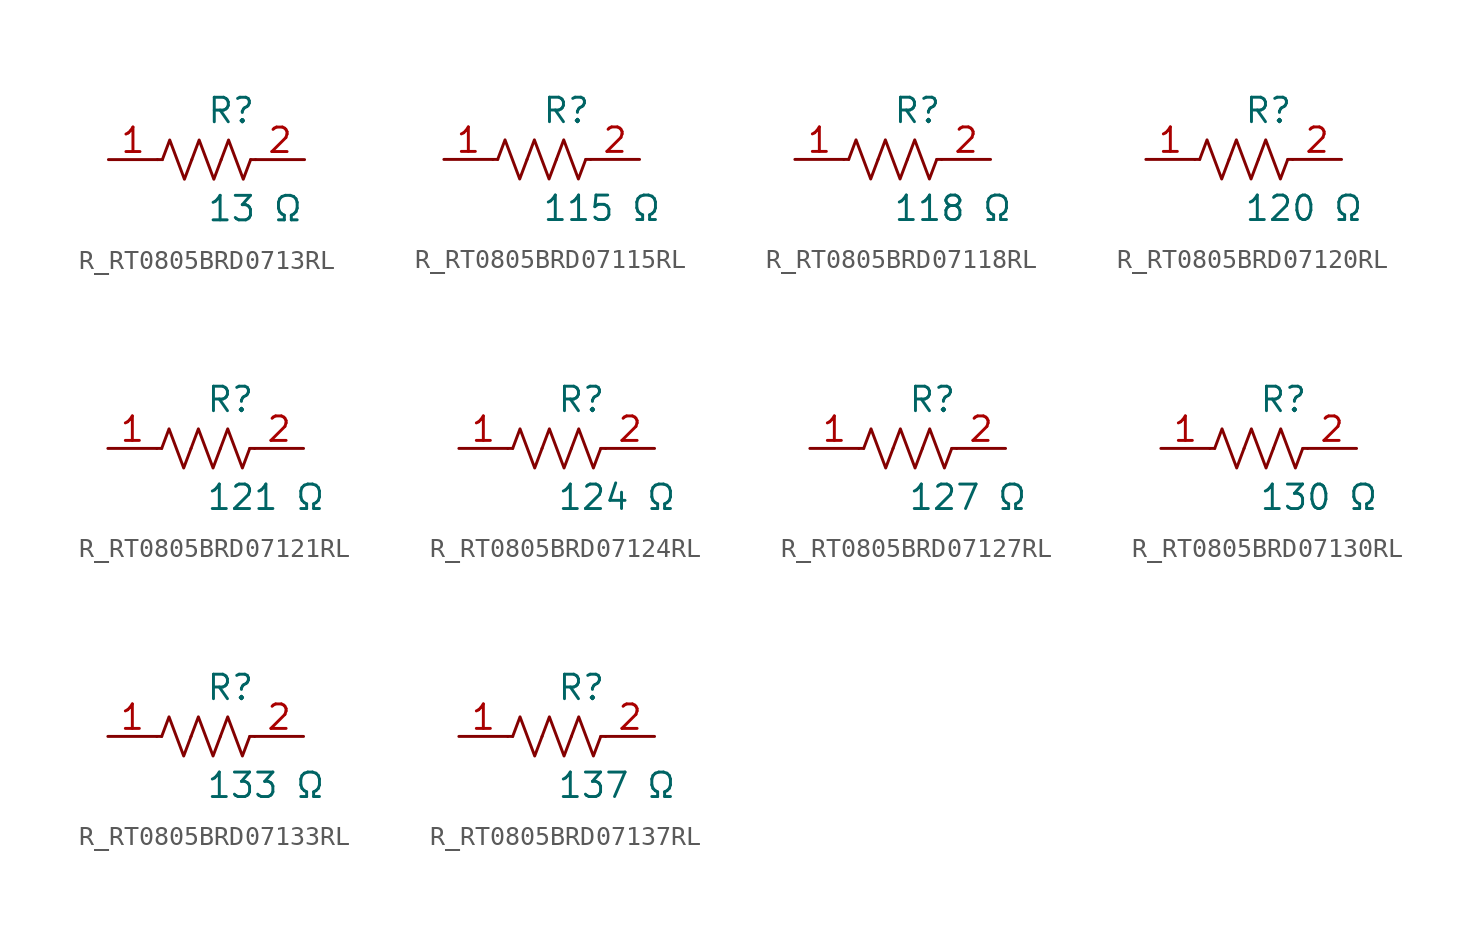
<source format=kicad_sym>
(kicad_symbol_lib
  (version 20231120)
  (generator kicad_symbol_editor)
  (generator_version 8.0)
  (symbol "R_RT0805BRD0713RL"
    (pin_names
      (offset 0.254))
    (property "Reference" "R"
      (at 0.0 2.54 0)
      (effects (font (size 1.27 1.27)) (justify left)))
    (property "Value" "13 Ω"
      (at 0.0 -2.54 0)
      (effects (font (size 1.27 1.27)) (justify left)))
    (symbol "R_RT0805BRD0713RL_0_1"
      (polyline (pts (xy 2.286 0) (xy 2.54 0)) (stroke (width 0) (type default)) (fill (type none)))
      (polyline (pts (xy -2.286 0) (xy -2.54 0)) (stroke (width 0) (type default)) (fill (type none)))
      (polyline (pts (xy 0.762 0) (xy 1.143 1.016) (xy 1.524 0) (xy 1.905 -1.016) (xy 2.286 0)) (stroke (width 0) (type default)) (fill (type none)))
      (polyline (pts (xy -0.762 0) (xy -0.381 1.016) (xy 0 0) (xy 0.381 -1.016) (xy 0.762 0)) (stroke (width 0) (type default)) (fill (type none)))
      (polyline (pts (xy -2.286 0) (xy -1.905 1.016) (xy -1.524 0) (xy -1.143 -1.016) (xy -0.762 0)) (stroke (width 0) (type default)) (fill (type none))))
    (pin unspecified line
      (at -5.08 0 0)
      (length 2.54)
      (name "" (effects (font (size 1.27 1.27))))
      (number "1" (effects (font (size 1.27 1.27)))))
    (pin unspecified line
      (at 5.08 0 180)
      (length 2.54)
      (name "" (effects (font (size 1.27 1.27))))
      (number "2" (effects (font (size 1.27 1.27))))))
  (symbol "R_RT0805BRD07115RL"
    (pin_names
      (offset 0.254))
    (property "Reference" "R"
      (at 0.0 2.54 0)
      (effects (font (size 1.27 1.27)) (justify left)))
    (property "Value" "115 Ω"
      (at 0.0 -2.54 0)
      (effects (font (size 1.27 1.27)) (justify left)))
    (symbol "R_RT0805BRD07115RL_0_1"
      (polyline (pts (xy 2.286 0) (xy 2.54 0)) (stroke (width 0) (type default)) (fill (type none)))
      (polyline (pts (xy -2.286 0) (xy -2.54 0)) (stroke (width 0) (type default)) (fill (type none)))
      (polyline (pts (xy 0.762 0) (xy 1.143 1.016) (xy 1.524 0) (xy 1.905 -1.016) (xy 2.286 0)) (stroke (width 0) (type default)) (fill (type none)))
      (polyline (pts (xy -0.762 0) (xy -0.381 1.016) (xy 0 0) (xy 0.381 -1.016) (xy 0.762 0)) (stroke (width 0) (type default)) (fill (type none)))
      (polyline (pts (xy -2.286 0) (xy -1.905 1.016) (xy -1.524 0) (xy -1.143 -1.016) (xy -0.762 0)) (stroke (width 0) (type default)) (fill (type none))))
    (pin unspecified line
      (at -5.08 0 0)
      (length 2.54)
      (name "" (effects (font (size 1.27 1.27))))
      (number "1" (effects (font (size 1.27 1.27)))))
    (pin unspecified line
      (at 5.08 0 180)
      (length 2.54)
      (name "" (effects (font (size 1.27 1.27))))
      (number "2" (effects (font (size 1.27 1.27))))))
  (symbol "R_RT0805BRD07118RL"
    (pin_names
      (offset 0.254))
    (property "Reference" "R"
      (at 0.0 2.54 0)
      (effects (font (size 1.27 1.27)) (justify left)))
    (property "Value" "118 Ω"
      (at 0.0 -2.54 0)
      (effects (font (size 1.27 1.27)) (justify left)))
    (symbol "R_RT0805BRD07118RL_0_1"
      (polyline (pts (xy 2.286 0) (xy 2.54 0)) (stroke (width 0) (type default)) (fill (type none)))
      (polyline (pts (xy -2.286 0) (xy -2.54 0)) (stroke (width 0) (type default)) (fill (type none)))
      (polyline (pts (xy 0.762 0) (xy 1.143 1.016) (xy 1.524 0) (xy 1.905 -1.016) (xy 2.286 0)) (stroke (width 0) (type default)) (fill (type none)))
      (polyline (pts (xy -0.762 0) (xy -0.381 1.016) (xy 0 0) (xy 0.381 -1.016) (xy 0.762 0)) (stroke (width 0) (type default)) (fill (type none)))
      (polyline (pts (xy -2.286 0) (xy -1.905 1.016) (xy -1.524 0) (xy -1.143 -1.016) (xy -0.762 0)) (stroke (width 0) (type default)) (fill (type none))))
    (pin unspecified line
      (at -5.08 0 0)
      (length 2.54)
      (name "" (effects (font (size 1.27 1.27))))
      (number "1" (effects (font (size 1.27 1.27)))))
    (pin unspecified line
      (at 5.08 0 180)
      (length 2.54)
      (name "" (effects (font (size 1.27 1.27))))
      (number "2" (effects (font (size 1.27 1.27))))))
  (symbol "R_RT0805BRD07120RL"
    (pin_names
      (offset 0.254))
    (property "Reference" "R"
      (at 0.0 2.54 0)
      (effects (font (size 1.27 1.27)) (justify left)))
    (property "Value" "120 Ω"
      (at 0.0 -2.54 0)
      (effects (font (size 1.27 1.27)) (justify left)))
    (symbol "R_RT0805BRD07120RL_0_1"
      (polyline (pts (xy 2.286 0) (xy 2.54 0)) (stroke (width 0) (type default)) (fill (type none)))
      (polyline (pts (xy -2.286 0) (xy -2.54 0)) (stroke (width 0) (type default)) (fill (type none)))
      (polyline (pts (xy 0.762 0) (xy 1.143 1.016) (xy 1.524 0) (xy 1.905 -1.016) (xy 2.286 0)) (stroke (width 0) (type default)) (fill (type none)))
      (polyline (pts (xy -0.762 0) (xy -0.381 1.016) (xy 0 0) (xy 0.381 -1.016) (xy 0.762 0)) (stroke (width 0) (type default)) (fill (type none)))
      (polyline (pts (xy -2.286 0) (xy -1.905 1.016) (xy -1.524 0) (xy -1.143 -1.016) (xy -0.762 0)) (stroke (width 0) (type default)) (fill (type none))))
    (pin unspecified line
      (at -5.08 0 0)
      (length 2.54)
      (name "" (effects (font (size 1.27 1.27))))
      (number "1" (effects (font (size 1.27 1.27)))))
    (pin unspecified line
      (at 5.08 0 180)
      (length 2.54)
      (name "" (effects (font (size 1.27 1.27))))
      (number "2" (effects (font (size 1.27 1.27))))))
  (symbol "R_RT0805BRD07121RL"
    (pin_names
      (offset 0.254))
    (property "Reference" "R"
      (at 0.0 2.54 0)
      (effects (font (size 1.27 1.27)) (justify left)))
    (property "Value" "121 Ω"
      (at 0.0 -2.54 0)
      (effects (font (size 1.27 1.27)) (justify left)))
    (symbol "R_RT0805BRD07121RL_0_1"
      (polyline (pts (xy 2.286 0) (xy 2.54 0)) (stroke (width 0) (type default)) (fill (type none)))
      (polyline (pts (xy -2.286 0) (xy -2.54 0)) (stroke (width 0) (type default)) (fill (type none)))
      (polyline (pts (xy 0.762 0) (xy 1.143 1.016) (xy 1.524 0) (xy 1.905 -1.016) (xy 2.286 0)) (stroke (width 0) (type default)) (fill (type none)))
      (polyline (pts (xy -0.762 0) (xy -0.381 1.016) (xy 0 0) (xy 0.381 -1.016) (xy 0.762 0)) (stroke (width 0) (type default)) (fill (type none)))
      (polyline (pts (xy -2.286 0) (xy -1.905 1.016) (xy -1.524 0) (xy -1.143 -1.016) (xy -0.762 0)) (stroke (width 0) (type default)) (fill (type none))))
    (pin unspecified line
      (at -5.08 0 0)
      (length 2.54)
      (name "" (effects (font (size 1.27 1.27))))
      (number "1" (effects (font (size 1.27 1.27)))))
    (pin unspecified line
      (at 5.08 0 180)
      (length 2.54)
      (name "" (effects (font (size 1.27 1.27))))
      (number "2" (effects (font (size 1.27 1.27))))))
  (symbol "R_RT0805BRD07124RL"
    (pin_names
      (offset 0.254))
    (property "Reference" "R"
      (at 0.0 2.54 0)
      (effects (font (size 1.27 1.27)) (justify left)))
    (property "Value" "124 Ω"
      (at 0.0 -2.54 0)
      (effects (font (size 1.27 1.27)) (justify left)))
    (symbol "R_RT0805BRD07124RL_0_1"
      (polyline (pts (xy 2.286 0) (xy 2.54 0)) (stroke (width 0) (type default)) (fill (type none)))
      (polyline (pts (xy -2.286 0) (xy -2.54 0)) (stroke (width 0) (type default)) (fill (type none)))
      (polyline (pts (xy 0.762 0) (xy 1.143 1.016) (xy 1.524 0) (xy 1.905 -1.016) (xy 2.286 0)) (stroke (width 0) (type default)) (fill (type none)))
      (polyline (pts (xy -0.762 0) (xy -0.381 1.016) (xy 0 0) (xy 0.381 -1.016) (xy 0.762 0)) (stroke (width 0) (type default)) (fill (type none)))
      (polyline (pts (xy -2.286 0) (xy -1.905 1.016) (xy -1.524 0) (xy -1.143 -1.016) (xy -0.762 0)) (stroke (width 0) (type default)) (fill (type none))))
    (pin unspecified line
      (at -5.08 0 0)
      (length 2.54)
      (name "" (effects (font (size 1.27 1.27))))
      (number "1" (effects (font (size 1.27 1.27)))))
    (pin unspecified line
      (at 5.08 0 180)
      (length 2.54)
      (name "" (effects (font (size 1.27 1.27))))
      (number "2" (effects (font (size 1.27 1.27))))))
  (symbol "R_RT0805BRD07127RL"
    (pin_names
      (offset 0.254))
    (property "Reference" "R"
      (at 0.0 2.54 0)
      (effects (font (size 1.27 1.27)) (justify left)))
    (property "Value" "127 Ω"
      (at 0.0 -2.54 0)
      (effects (font (size 1.27 1.27)) (justify left)))
    (symbol "R_RT0805BRD07127RL_0_1"
      (polyline (pts (xy 2.286 0) (xy 2.54 0)) (stroke (width 0) (type default)) (fill (type none)))
      (polyline (pts (xy -2.286 0) (xy -2.54 0)) (stroke (width 0) (type default)) (fill (type none)))
      (polyline (pts (xy 0.762 0) (xy 1.143 1.016) (xy 1.524 0) (xy 1.905 -1.016) (xy 2.286 0)) (stroke (width 0) (type default)) (fill (type none)))
      (polyline (pts (xy -0.762 0) (xy -0.381 1.016) (xy 0 0) (xy 0.381 -1.016) (xy 0.762 0)) (stroke (width 0) (type default)) (fill (type none)))
      (polyline (pts (xy -2.286 0) (xy -1.905 1.016) (xy -1.524 0) (xy -1.143 -1.016) (xy -0.762 0)) (stroke (width 0) (type default)) (fill (type none))))
    (pin unspecified line
      (at -5.08 0 0)
      (length 2.54)
      (name "" (effects (font (size 1.27 1.27))))
      (number "1" (effects (font (size 1.27 1.27)))))
    (pin unspecified line
      (at 5.08 0 180)
      (length 2.54)
      (name "" (effects (font (size 1.27 1.27))))
      (number "2" (effects (font (size 1.27 1.27))))))
  (symbol "R_RT0805BRD07130RL"
    (pin_names
      (offset 0.254))
    (property "Reference" "R"
      (at 0.0 2.54 0)
      (effects (font (size 1.27 1.27)) (justify left)))
    (property "Value" "130 Ω"
      (at 0.0 -2.54 0)
      (effects (font (size 1.27 1.27)) (justify left)))
    (symbol "R_RT0805BRD07130RL_0_1"
      (polyline (pts (xy 2.286 0) (xy 2.54 0)) (stroke (width 0) (type default)) (fill (type none)))
      (polyline (pts (xy -2.286 0) (xy -2.54 0)) (stroke (width 0) (type default)) (fill (type none)))
      (polyline (pts (xy 0.762 0) (xy 1.143 1.016) (xy 1.524 0) (xy 1.905 -1.016) (xy 2.286 0)) (stroke (width 0) (type default)) (fill (type none)))
      (polyline (pts (xy -0.762 0) (xy -0.381 1.016) (xy 0 0) (xy 0.381 -1.016) (xy 0.762 0)) (stroke (width 0) (type default)) (fill (type none)))
      (polyline (pts (xy -2.286 0) (xy -1.905 1.016) (xy -1.524 0) (xy -1.143 -1.016) (xy -0.762 0)) (stroke (width 0) (type default)) (fill (type none))))
    (pin unspecified line
      (at -5.08 0 0)
      (length 2.54)
      (name "" (effects (font (size 1.27 1.27))))
      (number "1" (effects (font (size 1.27 1.27)))))
    (pin unspecified line
      (at 5.08 0 180)
      (length 2.54)
      (name "" (effects (font (size 1.27 1.27))))
      (number "2" (effects (font (size 1.27 1.27))))))
  (symbol "R_RT0805BRD07133RL"
    (pin_names
      (offset 0.254))
    (property "Reference" "R"
      (at 0.0 2.54 0)
      (effects (font (size 1.27 1.27)) (justify left)))
    (property "Value" "133 Ω"
      (at 0.0 -2.54 0)
      (effects (font (size 1.27 1.27)) (justify left)))
    (symbol "R_RT0805BRD07133RL_0_1"
      (polyline (pts (xy 2.286 0) (xy 2.54 0)) (stroke (width 0) (type default)) (fill (type none)))
      (polyline (pts (xy -2.286 0) (xy -2.54 0)) (stroke (width 0) (type default)) (fill (type none)))
      (polyline (pts (xy 0.762 0) (xy 1.143 1.016) (xy 1.524 0) (xy 1.905 -1.016) (xy 2.286 0)) (stroke (width 0) (type default)) (fill (type none)))
      (polyline (pts (xy -0.762 0) (xy -0.381 1.016) (xy 0 0) (xy 0.381 -1.016) (xy 0.762 0)) (stroke (width 0) (type default)) (fill (type none)))
      (polyline (pts (xy -2.286 0) (xy -1.905 1.016) (xy -1.524 0) (xy -1.143 -1.016) (xy -0.762 0)) (stroke (width 0) (type default)) (fill (type none))))
    (pin unspecified line
      (at -5.08 0 0)
      (length 2.54)
      (name "" (effects (font (size 1.27 1.27))))
      (number "1" (effects (font (size 1.27 1.27)))))
    (pin unspecified line
      (at 5.08 0 180)
      (length 2.54)
      (name "" (effects (font (size 1.27 1.27))))
      (number "2" (effects (font (size 1.27 1.27))))))
  (symbol "R_RT0805BRD07137RL"
    (pin_names
      (offset 0.254))
    (property "Reference" "R"
      (at 0.0 2.54 0)
      (effects (font (size 1.27 1.27)) (justify left)))
    (property "Value" "137 Ω"
      (at 0.0 -2.54 0)
      (effects (font (size 1.27 1.27)) (justify left)))
    (symbol "R_RT0805BRD07137RL_0_1"
      (polyline (pts (xy 2.286 0) (xy 2.54 0)) (stroke (width 0) (type default)) (fill (type none)))
      (polyline (pts (xy -2.286 0) (xy -2.54 0)) (stroke (width 0) (type default)) (fill (type none)))
      (polyline (pts (xy 0.762 0) (xy 1.143 1.016) (xy 1.524 0) (xy 1.905 -1.016) (xy 2.286 0)) (stroke (width 0) (type default)) (fill (type none)))
      (polyline (pts (xy -0.762 0) (xy -0.381 1.016) (xy 0 0) (xy 0.381 -1.016) (xy 0.762 0)) (stroke (width 0) (type default)) (fill (type none)))
      (polyline (pts (xy -2.286 0) (xy -1.905 1.016) (xy -1.524 0) (xy -1.143 -1.016) (xy -0.762 0)) (stroke (width 0) (type default)) (fill (type none))))
    (pin unspecified line
      (at -5.08 0 0)
      (length 2.54)
      (name "" (effects (font (size 1.27 1.27))))
      (number "1" (effects (font (size 1.27 1.27)))))
    (pin unspecified line
      (at 5.08 0 180)
      (length 2.54)
      (name "" (effects (font (size 1.27 1.27))))
      (number "2" (effects (font (size 1.27 1.27)))))))
</source>
